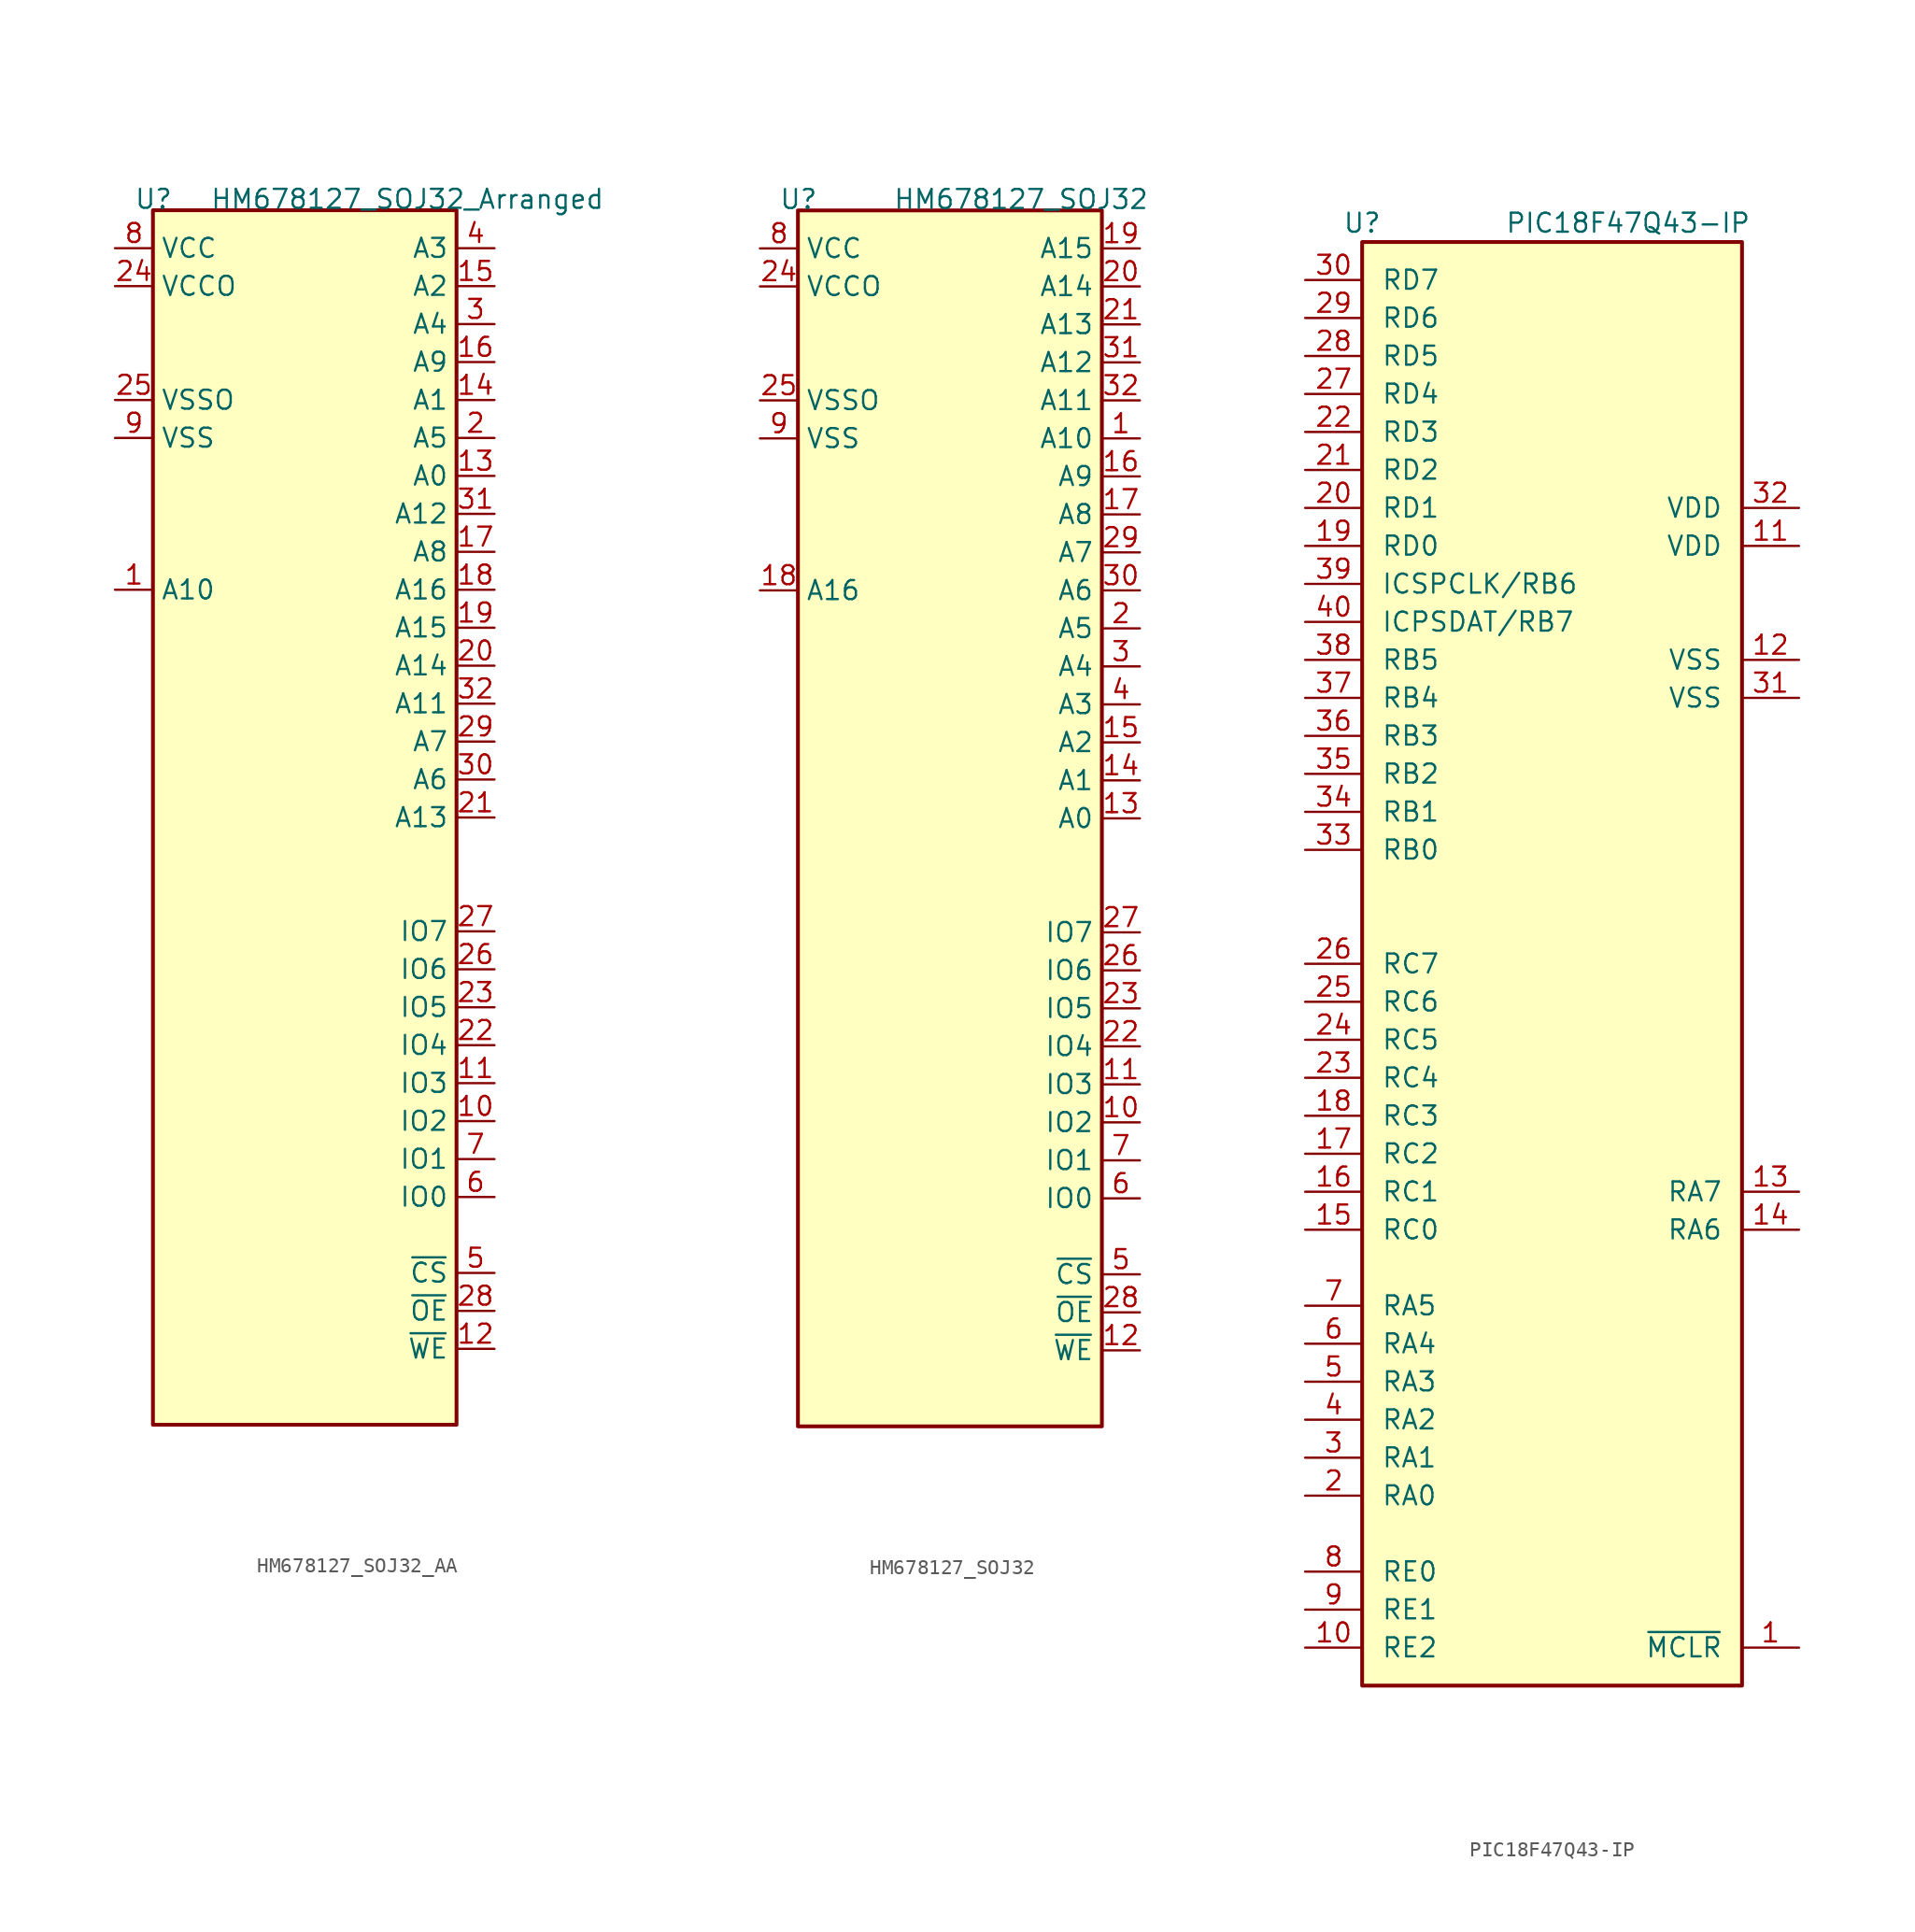
<source format=kicad_sym>
(kicad_symbol_lib
  (version 20220914)
  (generator kicad_symbol_editor)
  (symbol "HM678127_SOJ32_AA"
    (property "Reference" "U"
      (at -11.43 40.64 0)
      (effects (font (size 1.27 1.27)) (justify left bottom)))
    (property "Value" "HM678127_SOJ32_Arranged"
      (at -6.35 40.64 0)
      (effects (font (size 1.27 1.27)) (justify left bottom)))
    (symbol "HM678127_SOJ32_AA_0_0"
      (pin power_in line (at -12.7 38.1 0) (length 2.54) (name "VCC" (effects (font (size 1.27 1.27)))) (number "8" (effects (font (size 1.27 1.27)))))
      (pin power_in line (at -12.7 25.4 0) (length 2.54) (name "VSS" (effects (font (size 1.27 1.27)))) (number "9" (effects (font (size 1.27 1.27))))))
    (symbol "HM678127_SOJ32_AA_0_1"
      (rectangle (start -10.16 40.64) (end 10.16 -40.64) (stroke (width 0.254) (type default)) (fill (type background))))
    (symbol "HM678127_SOJ32_AA_1_1"
      (pin input line (at -12.7 15.24 0) (length 2.54) (name "A10" (effects (font (size 1.27 1.27)))) (number "1" (effects (font (size 1.27 1.27)))))
      (pin tri_state line (at 12.7 -20.32 180) (length 2.54) (name "IO2" (effects (font (size 1.27 1.27)))) (number "10" (effects (font (size 1.27 1.27)))))
      (pin tri_state line (at 12.7 -17.78 180) (length 2.54) (name "IO3" (effects (font (size 1.27 1.27)))) (number "11" (effects (font (size 1.27 1.27)))))
      (pin input line (at 12.7 -35.56 180) (length 2.54) (name "~{WE}" (effects (font (size 1.27 1.27)))) (number "12" (effects (font (size 1.27 1.27)))))
      (pin input line (at 12.7 22.86 180) (length 2.54) (name "A0" (effects (font (size 1.27 1.27)))) (number "13" (effects (font (size 1.27 1.27)))))
      (pin input line (at 12.7 27.94 180) (length 2.54) (name "A1" (effects (font (size 1.27 1.27)))) (number "14" (effects (font (size 1.27 1.27)))))
      (pin input line (at 12.7 35.56 180) (length 2.54) (name "A2" (effects (font (size 1.27 1.27)))) (number "15" (effects (font (size 1.27 1.27)))))
      (pin input line (at 12.7 30.48 180) (length 2.54) (name "A9" (effects (font (size 1.27 1.27)))) (number "16" (effects (font (size 1.27 1.27)))))
      (pin input line (at 12.7 17.78 180) (length 2.54) (name "A8" (effects (font (size 1.27 1.27)))) (number "17" (effects (font (size 1.27 1.27)))))
      (pin input line (at 12.7 15.24 180) (length 2.54) (name "A16" (effects (font (size 1.27 1.27)))) (number "18" (effects (font (size 1.27 1.27)))))
      (pin input line (at 12.7 12.7 180) (length 2.54) (name "A15" (effects (font (size 1.27 1.27)))) (number "19" (effects (font (size 1.27 1.27)))))
      (pin input line (at 12.7 25.4 180) (length 2.54) (name "A5" (effects (font (size 1.27 1.27)))) (number "2" (effects (font (size 1.27 1.27)))))
      (pin input line (at 12.7 10.16 180) (length 2.54) (name "A14" (effects (font (size 1.27 1.27)))) (number "20" (effects (font (size 1.27 1.27)))))
      (pin input line (at 12.7 0 180) (length 2.54) (name "A13" (effects (font (size 1.27 1.27)))) (number "21" (effects (font (size 1.27 1.27)))))
      (pin tri_state line (at 12.7 -15.24 180) (length 2.54) (name "IO4" (effects (font (size 1.27 1.27)))) (number "22" (effects (font (size 1.27 1.27)))))
      (pin tri_state line (at 12.7 -12.7 180) (length 2.54) (name "IO5" (effects (font (size 1.27 1.27)))) (number "23" (effects (font (size 1.27 1.27)))))
      (pin power_in line (at -12.7 35.56 0) (length 2.54) (name "VCCO" (effects (font (size 1.27 1.27)))) (number "24" (effects (font (size 1.27 1.27)))))
      (pin power_in line (at -12.7 27.94 0) (length 2.54) (name "VSSO" (effects (font (size 1.27 1.27)))) (number "25" (effects (font (size 1.27 1.27)))))
      (pin tri_state line (at 12.7 -10.16 180) (length 2.54) (name "IO6" (effects (font (size 1.27 1.27)))) (number "26" (effects (font (size 1.27 1.27)))))
      (pin tri_state line (at 12.7 -7.62 180) (length 2.54) (name "IO7" (effects (font (size 1.27 1.27)))) (number "27" (effects (font (size 1.27 1.27)))))
      (pin input line (at 12.7 -33.02 180) (length 2.54) (name "~{OE}" (effects (font (size 1.27 1.27)))) (number "28" (effects (font (size 1.27 1.27)))))
      (pin input line (at 12.7 5.08 180) (length 2.54) (name "A7" (effects (font (size 1.27 1.27)))) (number "29" (effects (font (size 1.27 1.27)))))
      (pin input line (at 12.7 33.02 180) (length 2.54) (name "A4" (effects (font (size 1.27 1.27)))) (number "3" (effects (font (size 1.27 1.27)))))
      (pin input line (at 12.7 2.54 180) (length 2.54) (name "A6" (effects (font (size 1.27 1.27)))) (number "30" (effects (font (size 1.27 1.27)))))
      (pin input line (at 12.7 20.32 180) (length 2.54) (name "A12" (effects (font (size 1.27 1.27)))) (number "31" (effects (font (size 1.27 1.27)))))
      (pin input line (at 12.7 7.62 180) (length 2.54) (name "A11" (effects (font (size 1.27 1.27)))) (number "32" (effects (font (size 1.27 1.27)))))
      (pin input line (at 12.7 38.1 180) (length 2.54) (name "A3" (effects (font (size 1.27 1.27)))) (number "4" (effects (font (size 1.27 1.27)))))
      (pin input line (at 12.7 -30.48 180) (length 2.54) (name "~{CS}" (effects (font (size 1.27 1.27)))) (number "5" (effects (font (size 1.27 1.27)))))
      (pin tri_state line (at 12.7 -25.4 180) (length 2.54) (name "IO0" (effects (font (size 1.27 1.27)))) (number "6" (effects (font (size 1.27 1.27)))))
      (pin tri_state line (at 12.7 -22.86 180) (length 2.54) (name "IO1" (effects (font (size 1.27 1.27)))) (number "7" (effects (font (size 1.27 1.27)))))))
  (symbol "HM678127_SOJ32"
    (property "Reference" "U"
      (at -11.43 40.64 0)
      (effects (font (size 1.27 1.27)) (justify left bottom)))
    (property "Value" "HM678127_SOJ32"
      (at -3.81 40.64 0)
      (effects (font (size 1.27 1.27)) (justify left bottom)))
    (symbol "HM678127_SOJ32_0_0"
      (pin power_in line (at -12.7 38.1 0) (length 2.54) (name "VCC" (effects (font (size 1.27 1.27)))) (number "8" (effects (font (size 1.27 1.27)))))
      (pin power_in line (at -12.7 25.4 0) (length 2.54) (name "VSS" (effects (font (size 1.27 1.27)))) (number "9" (effects (font (size 1.27 1.27))))))
    (symbol "HM678127_SOJ32_0_1"
      (rectangle (start -10.16 40.64) (end 10.16 -40.64) (stroke (width 0.254) (type default)) (fill (type background))))
    (symbol "HM678127_SOJ32_1_1"
      (pin input line (at 12.7 25.4 180) (length 2.54) (name "A10" (effects (font (size 1.27 1.27)))) (number "1" (effects (font (size 1.27 1.27)))))
      (pin tri_state line (at 12.7 -20.32 180) (length 2.54) (name "IO2" (effects (font (size 1.27 1.27)))) (number "10" (effects (font (size 1.27 1.27)))))
      (pin tri_state line (at 12.7 -17.78 180) (length 2.54) (name "IO3" (effects (font (size 1.27 1.27)))) (number "11" (effects (font (size 1.27 1.27)))))
      (pin input line (at 12.7 -35.56 180) (length 2.54) (name "~{WE}" (effects (font (size 1.27 1.27)))) (number "12" (effects (font (size 1.27 1.27)))))
      (pin input line (at 12.7 0 180) (length 2.54) (name "A0" (effects (font (size 1.27 1.27)))) (number "13" (effects (font (size 1.27 1.27)))))
      (pin input line (at 12.7 2.54 180) (length 2.54) (name "A1" (effects (font (size 1.27 1.27)))) (number "14" (effects (font (size 1.27 1.27)))))
      (pin input line (at 12.7 5.08 180) (length 2.54) (name "A2" (effects (font (size 1.27 1.27)))) (number "15" (effects (font (size 1.27 1.27)))))
      (pin input line (at 12.7 22.86 180) (length 2.54) (name "A9" (effects (font (size 1.27 1.27)))) (number "16" (effects (font (size 1.27 1.27)))))
      (pin input line (at 12.7 20.32 180) (length 2.54) (name "A8" (effects (font (size 1.27 1.27)))) (number "17" (effects (font (size 1.27 1.27)))))
      (pin input line (at -12.7 15.24 0) (length 2.54) (name "A16" (effects (font (size 1.27 1.27)))) (number "18" (effects (font (size 1.27 1.27)))))
      (pin input line (at 12.7 38.1 180) (length 2.54) (name "A15" (effects (font (size 1.27 1.27)))) (number "19" (effects (font (size 1.27 1.27)))))
      (pin input line (at 12.7 12.7 180) (length 2.54) (name "A5" (effects (font (size 1.27 1.27)))) (number "2" (effects (font (size 1.27 1.27)))))
      (pin input line (at 12.7 35.56 180) (length 2.54) (name "A14" (effects (font (size 1.27 1.27)))) (number "20" (effects (font (size 1.27 1.27)))))
      (pin input line (at 12.7 33.02 180) (length 2.54) (name "A13" (effects (font (size 1.27 1.27)))) (number "21" (effects (font (size 1.27 1.27)))))
      (pin tri_state line (at 12.7 -15.24 180) (length 2.54) (name "IO4" (effects (font (size 1.27 1.27)))) (number "22" (effects (font (size 1.27 1.27)))))
      (pin tri_state line (at 12.7 -12.7 180) (length 2.54) (name "IO5" (effects (font (size 1.27 1.27)))) (number "23" (effects (font (size 1.27 1.27)))))
      (pin power_in line (at -12.7 35.56 0) (length 2.54) (name "VCCO" (effects (font (size 1.27 1.27)))) (number "24" (effects (font (size 1.27 1.27)))))
      (pin power_in line (at -12.7 27.94 0) (length 2.54) (name "VSSO" (effects (font (size 1.27 1.27)))) (number "25" (effects (font (size 1.27 1.27)))))
      (pin tri_state line (at 12.7 -10.16 180) (length 2.54) (name "IO6" (effects (font (size 1.27 1.27)))) (number "26" (effects (font (size 1.27 1.27)))))
      (pin tri_state line (at 12.7 -7.62 180) (length 2.54) (name "IO7" (effects (font (size 1.27 1.27)))) (number "27" (effects (font (size 1.27 1.27)))))
      (pin input line (at 12.7 -33.02 180) (length 2.54) (name "~{OE}" (effects (font (size 1.27 1.27)))) (number "28" (effects (font (size 1.27 1.27)))))
      (pin input line (at 12.7 17.78 180) (length 2.54) (name "A7" (effects (font (size 1.27 1.27)))) (number "29" (effects (font (size 1.27 1.27)))))
      (pin input line (at 12.7 10.16 180) (length 2.54) (name "A4" (effects (font (size 1.27 1.27)))) (number "3" (effects (font (size 1.27 1.27)))))
      (pin input line (at 12.7 15.24 180) (length 2.54) (name "A6" (effects (font (size 1.27 1.27)))) (number "30" (effects (font (size 1.27 1.27)))))
      (pin input line (at 12.7 30.48 180) (length 2.54) (name "A12" (effects (font (size 1.27 1.27)))) (number "31" (effects (font (size 1.27 1.27)))))
      (pin input line (at 12.7 27.94 180) (length 2.54) (name "A11" (effects (font (size 1.27 1.27)))) (number "32" (effects (font (size 1.27 1.27)))))
      (pin input line (at 12.7 7.62 180) (length 2.54) (name "A3" (effects (font (size 1.27 1.27)))) (number "4" (effects (font (size 1.27 1.27)))))
      (pin input line (at 12.7 -30.48 180) (length 2.54) (name "~{CS}" (effects (font (size 1.27 1.27)))) (number "5" (effects (font (size 1.27 1.27)))))
      (pin tri_state line (at 12.7 -25.4 180) (length 2.54) (name "IO0" (effects (font (size 1.27 1.27)))) (number "6" (effects (font (size 1.27 1.27)))))
      (pin tri_state line (at 12.7 -22.86 180) (length 2.54) (name "IO1" (effects (font (size 1.27 1.27)))) (number "7" (effects (font (size 1.27 1.27)))))))
  (symbol "PIC18F47Q43-IP"
    (pin_names
      (offset 1.27))
    (property "Reference" "U"
      (at -12.7 49.53 0)
      (effects (font (size 1.27 1.27))))
    (property "Value" "PIC18F47Q43-IP"
      (at 5.08 49.53 0)
      (effects (font (size 1.27 1.27))))
    (symbol "PIC18F47Q43-IP_0_1"
      (rectangle (start -12.7 48.26) (end 12.7 -48.26) (stroke (width 0.254) (type default)) (fill (type background))))
    (symbol "PIC18F47Q43-IP_1_1"
      (pin input line (at 16.51 -45.72 180) (length 3.81) (name "~{MCLR}" (effects (font (size 1.27 1.27)))) (number "1" (effects (font (size 1.27 1.27)))))
      (pin bidirectional line (at -16.51 -45.72 0) (length 3.81) (name "RE2" (effects (font (size 1.27 1.27)))) (number "10" (effects (font (size 1.27 1.27)))))
      (pin power_in line (at 16.51 27.94 180) (length 3.81) (name "VDD" (effects (font (size 1.27 1.27)))) (number "11" (effects (font (size 1.27 1.27)))))
      (pin power_in line (at 16.51 20.32 180) (length 3.81) (name "VSS" (effects (font (size 1.27 1.27)))) (number "12" (effects (font (size 1.27 1.27)))))
      (pin input line (at 16.51 -15.24 180) (length 3.81) (name "RA7" (effects (font (size 1.27 1.27)))) (number "13" (effects (font (size 1.27 1.27)))))
      (pin output line (at 16.51 -17.78 180) (length 3.81) (name "RA6" (effects (font (size 1.27 1.27)))) (number "14" (effects (font (size 1.27 1.27)))))
      (pin bidirectional line (at -16.51 -17.78 0) (length 3.81) (name "RC0" (effects (font (size 1.27 1.27)))) (number "15" (effects (font (size 1.27 1.27)))))
      (pin bidirectional line (at -16.51 -15.24 0) (length 3.81) (name "RC1" (effects (font (size 1.27 1.27)))) (number "16" (effects (font (size 1.27 1.27)))))
      (pin bidirectional line (at -16.51 -12.7 0) (length 3.81) (name "RC2" (effects (font (size 1.27 1.27)))) (number "17" (effects (font (size 1.27 1.27)))))
      (pin bidirectional line (at -16.51 -10.16 0) (length 3.81) (name "RC3" (effects (font (size 1.27 1.27)))) (number "18" (effects (font (size 1.27 1.27)))))
      (pin bidirectional line (at -16.51 27.94 0) (length 3.81) (name "RD0" (effects (font (size 1.27 1.27)))) (number "19" (effects (font (size 1.27 1.27)))))
      (pin bidirectional line (at -16.51 -35.56 0) (length 3.81) (name "RA0" (effects (font (size 1.27 1.27)))) (number "2" (effects (font (size 1.27 1.27)))))
      (pin bidirectional line (at -16.51 30.48 0) (length 3.81) (name "RD1" (effects (font (size 1.27 1.27)))) (number "20" (effects (font (size 1.27 1.27)))))
      (pin bidirectional line (at -16.51 33.02 0) (length 3.81) (name "RD2" (effects (font (size 1.27 1.27)))) (number "21" (effects (font (size 1.27 1.27)))))
      (pin bidirectional line (at -16.51 35.56 0) (length 3.81) (name "RD3" (effects (font (size 1.27 1.27)))) (number "22" (effects (font (size 1.27 1.27)))))
      (pin bidirectional line (at -16.51 -7.62 0) (length 3.81) (name "RC4" (effects (font (size 1.27 1.27)))) (number "23" (effects (font (size 1.27 1.27)))))
      (pin bidirectional line (at -16.51 -5.08 0) (length 3.81) (name "RC5" (effects (font (size 1.27 1.27)))) (number "24" (effects (font (size 1.27 1.27)))))
      (pin bidirectional line (at -16.51 -2.54 0) (length 3.81) (name "RC6" (effects (font (size 1.27 1.27)))) (number "25" (effects (font (size 1.27 1.27)))))
      (pin bidirectional line (at -16.51 0 0) (length 3.81) (name "RC7" (effects (font (size 1.27 1.27)))) (number "26" (effects (font (size 1.27 1.27)))))
      (pin bidirectional line (at -16.51 38.1 0) (length 3.81) (name "RD4" (effects (font (size 1.27 1.27)))) (number "27" (effects (font (size 1.27 1.27)))))
      (pin bidirectional line (at -16.51 40.64 0) (length 3.81) (name "RD5" (effects (font (size 1.27 1.27)))) (number "28" (effects (font (size 1.27 1.27)))))
      (pin bidirectional line (at -16.51 43.18 0) (length 3.81) (name "RD6" (effects (font (size 1.27 1.27)))) (number "29" (effects (font (size 1.27 1.27)))))
      (pin bidirectional line (at -16.51 -33.02 0) (length 3.81) (name "RA1" (effects (font (size 1.27 1.27)))) (number "3" (effects (font (size 1.27 1.27)))))
      (pin bidirectional line (at -16.51 45.72 0) (length 3.81) (name "RD7" (effects (font (size 1.27 1.27)))) (number "30" (effects (font (size 1.27 1.27)))))
      (pin power_in line (at 16.51 17.78 180) (length 3.81) (name "VSS" (effects (font (size 1.27 1.27)))) (number "31" (effects (font (size 1.27 1.27)))))
      (pin power_in line (at 16.51 30.48 180) (length 3.81) (name "VDD" (effects (font (size 1.27 1.27)))) (number "32" (effects (font (size 1.27 1.27)))))
      (pin bidirectional line (at -16.51 7.62 0) (length 3.81) (name "RB0" (effects (font (size 1.27 1.27)))) (number "33" (effects (font (size 1.27 1.27)))))
      (pin bidirectional line (at -16.51 10.16 0) (length 3.81) (name "RB1" (effects (font (size 1.27 1.27)))) (number "34" (effects (font (size 1.27 1.27)))))
      (pin bidirectional line (at -16.51 12.7 0) (length 3.81) (name "RB2" (effects (font (size 1.27 1.27)))) (number "35" (effects (font (size 1.27 1.27)))))
      (pin bidirectional line (at -16.51 15.24 0) (length 3.81) (name "RB3" (effects (font (size 1.27 1.27)))) (number "36" (effects (font (size 1.27 1.27)))))
      (pin bidirectional line (at -16.51 17.78 0) (length 3.81) (name "RB4" (effects (font (size 1.27 1.27)))) (number "37" (effects (font (size 1.27 1.27)))))
      (pin bidirectional line (at -16.51 20.32 0) (length 3.81) (name "RB5" (effects (font (size 1.27 1.27)))) (number "38" (effects (font (size 1.27 1.27)))))
      (pin bidirectional line (at -16.51 25.4 0) (length 3.81) (name "ICSPCLK/RB6" (effects (font (size 1.27 1.27)))) (number "39" (effects (font (size 1.27 1.27)))))
      (pin bidirectional line (at -16.51 -30.48 0) (length 3.81) (name "RA2" (effects (font (size 1.27 1.27)))) (number "4" (effects (font (size 1.27 1.27)))))
      (pin bidirectional line (at -16.51 22.86 0) (length 3.81) (name "ICPSDAT/RB7" (effects (font (size 1.27 1.27)))) (number "40" (effects (font (size 1.27 1.27)))))
      (pin bidirectional line (at -16.51 -27.94 0) (length 3.81) (name "RA3" (effects (font (size 1.27 1.27)))) (number "5" (effects (font (size 1.27 1.27)))))
      (pin bidirectional line (at -16.51 -25.4 0) (length 3.81) (name "RA4" (effects (font (size 1.27 1.27)))) (number "6" (effects (font (size 1.27 1.27)))))
      (pin bidirectional line (at -16.51 -22.86 0) (length 3.81) (name "RA5" (effects (font (size 1.27 1.27)))) (number "7" (effects (font (size 1.27 1.27)))))
      (pin bidirectional line (at -16.51 -40.64 0) (length 3.81) (name "RE0" (effects (font (size 1.27 1.27)))) (number "8" (effects (font (size 1.27 1.27)))))
      (pin bidirectional line (at -16.51 -43.18 0) (length 3.81) (name "RE1" (effects (font (size 1.27 1.27)))) (number "9" (effects (font (size 1.27 1.27))))))))
</source>
